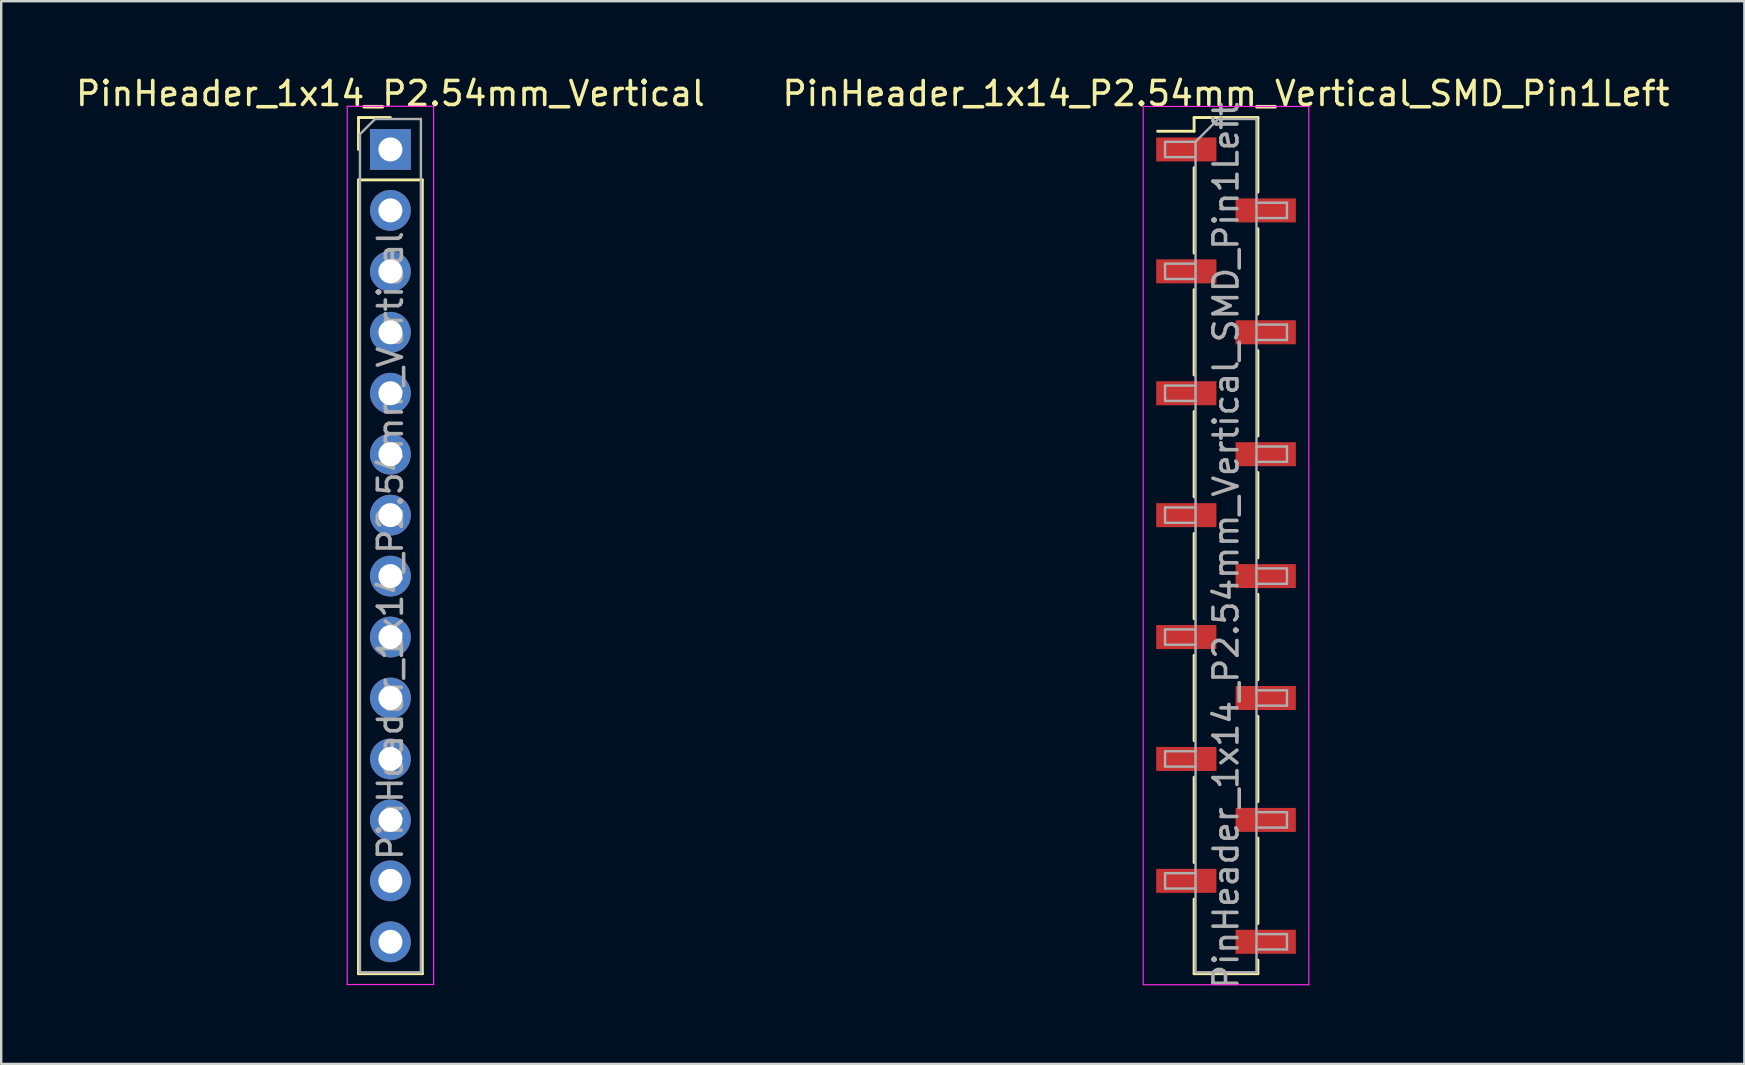
<source format=kicad_pcb>
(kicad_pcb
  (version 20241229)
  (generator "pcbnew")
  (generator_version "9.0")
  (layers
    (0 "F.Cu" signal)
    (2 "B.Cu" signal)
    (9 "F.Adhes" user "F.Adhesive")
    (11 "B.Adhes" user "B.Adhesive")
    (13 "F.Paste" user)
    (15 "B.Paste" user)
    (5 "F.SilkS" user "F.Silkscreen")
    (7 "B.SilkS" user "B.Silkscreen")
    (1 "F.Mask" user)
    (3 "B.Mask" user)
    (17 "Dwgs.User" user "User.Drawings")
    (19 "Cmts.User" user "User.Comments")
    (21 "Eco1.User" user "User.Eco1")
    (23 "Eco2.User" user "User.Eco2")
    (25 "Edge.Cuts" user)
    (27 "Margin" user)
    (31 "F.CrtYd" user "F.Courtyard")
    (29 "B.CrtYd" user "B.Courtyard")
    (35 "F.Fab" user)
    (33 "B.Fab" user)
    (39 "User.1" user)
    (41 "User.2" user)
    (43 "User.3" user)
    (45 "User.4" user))
  (footprint "PinHeader_1x14_P2.54mm_Vertical"
    (layer "F.Cu")
    (at 13.22 3.178)
    (property "Reference" "PinHeader_1x14_P2.54mm_Vertical" (at 0 -2.33 0) (layer "F.SilkS") (effects (font (size 1 1) (thickness 0.15))))
    (attr through_hole)
    (fp_line (start -1.33 -1.33) (end 0 -1.33) (stroke (width 0.12) (type solid)) (layer "F.SilkS"))
    (fp_line (start -1.33 0) (end -1.33 -1.33) (stroke (width 0.12) (type solid)) (layer "F.SilkS"))
    (fp_line (start -1.33 1.27) (end -1.33 34.35) (stroke (width 0.12) (type solid)) (layer "F.SilkS"))
    (fp_line (start -1.33 1.27) (end 1.33 1.27) (stroke (width 0.12) (type solid)) (layer "F.SilkS"))
    (fp_line (start -1.33 34.35) (end 1.33 34.35) (stroke (width 0.12) (type solid)) (layer "F.SilkS"))
    (fp_line (start 1.33 1.27) (end 1.33 34.35) (stroke (width 0.12) (type solid)) (layer "F.SilkS"))
    (fp_line (start -1.8 -1.8) (end -1.8 34.8) (stroke (width 0.05) (type solid)) (layer "F.CrtYd"))
    (fp_line (start -1.8 34.8) (end 1.8 34.8) (stroke (width 0.05) (type solid)) (layer "F.CrtYd"))
    (fp_line (start 1.8 -1.8) (end -1.8 -1.8) (stroke (width 0.05) (type solid)) (layer "F.CrtYd"))
    (fp_line (start 1.8 34.8) (end 1.8 -1.8) (stroke (width 0.05) (type solid)) (layer "F.CrtYd"))
    (fp_line (start -1.27 -0.635) (end -0.635 -1.27) (stroke (width 0.1) (type solid)) (layer "F.Fab"))
    (fp_line (start -1.27 34.29) (end -1.27 -0.635) (stroke (width 0.1) (type solid)) (layer "F.Fab"))
    (fp_line (start -0.635 -1.27) (end 1.27 -1.27) (stroke (width 0.1) (type solid)) (layer "F.Fab"))
    (fp_line (start 1.27 -1.27) (end 1.27 34.29) (stroke (width 0.1) (type solid)) (layer "F.Fab"))
    (fp_line (start 1.27 34.29) (end -1.27 34.29) (stroke (width 0.1) (type solid)) (layer "F.Fab"))
    (fp_text user "${REFERENCE}" (at 0 16.51 90) (layer "F.Fab") (effects (font (size 1 1) (thickness 0.15))))
    (pad "1" thru_hole rect (at 0 0) (size 1.7 1.7) (drill 1) (layers "*.Cu" "*.Mask"))
    (pad "2" thru_hole oval (at 0 2.54) (size 1.7 1.7) (drill 1) (layers "*.Cu" "*.Mask"))
    (pad "3" thru_hole oval (at 0 5.08) (size 1.7 1.7) (drill 1) (layers "*.Cu" "*.Mask"))
    (pad "4" thru_hole oval (at 0 7.62) (size 1.7 1.7) (drill 1) (layers "*.Cu" "*.Mask"))
    (pad "5" thru_hole oval (at 0 10.16) (size 1.7 1.7) (drill 1) (layers "*.Cu" "*.Mask"))
    (pad "6" thru_hole oval (at 0 12.7) (size 1.7 1.7) (drill 1) (layers "*.Cu" "*.Mask"))
    (pad "7" thru_hole oval (at 0 15.24) (size 1.7 1.7) (drill 1) (layers "*.Cu" "*.Mask"))
    (pad "8" thru_hole oval (at 0 17.78) (size 1.7 1.7) (drill 1) (layers "*.Cu" "*.Mask"))
    (pad "9" thru_hole oval (at 0 20.32) (size 1.7 1.7) (drill 1) (layers "*.Cu" "*.Mask"))
    (pad "10" thru_hole oval (at 0 22.86) (size 1.7 1.7) (drill 1) (layers "*.Cu" "*.Mask"))
    (pad "11" thru_hole oval (at 0 25.4) (size 1.7 1.7) (drill 1) (layers "*.Cu" "*.Mask"))
    (pad "12" thru_hole oval (at 0 27.94) (size 1.7 1.7) (drill 1) (layers "*.Cu" "*.Mask"))
    (pad "13" thru_hole oval (at 0 30.48) (size 1.7 1.7) (drill 1) (layers "*.Cu" "*.Mask"))
    (pad "14" thru_hole oval (at 0 33.02) (size 1.7 1.7) (drill 1) (layers "*.Cu" "*.Mask")))
  (footprint "PinHeader_1x14_P2.54mm_Vertical_SMD_Pin1Left"
    (layer "F.Cu")
    (at 48.042 19.688)
    (property "Reference" "PinHeader_1x14_P2.54mm_Vertical_SMD_Pin1Left" (at 0 -18.84 0) (layer "F.SilkS") (effects (font (size 1 1) (thickness 0.15))))
    (attr smd)
    (fp_line (start -1.33 -17.84) (end -1.33 -17.27) (stroke (width 0.12) (type solid)) (layer "F.SilkS"))
    (fp_line (start -1.33 -17.84) (end 1.33 -17.84) (stroke (width 0.12) (type solid)) (layer "F.SilkS"))
    (fp_line (start -1.33 -17.27) (end -2.85 -17.27) (stroke (width 0.12) (type solid)) (layer "F.SilkS"))
    (fp_line (start -1.33 -15.75) (end -1.33 -12.19) (stroke (width 0.12) (type solid)) (layer "F.SilkS"))
    (fp_line (start -1.33 -10.67) (end -1.33 -7.11) (stroke (width 0.12) (type solid)) (layer "F.SilkS"))
    (fp_line (start -1.33 -5.59) (end -1.33 -2.03) (stroke (width 0.12) (type solid)) (layer "F.SilkS"))
    (fp_line (start -1.33 -0.51) (end -1.33 3.05) (stroke (width 0.12) (type solid)) (layer "F.SilkS"))
    (fp_line (start -1.33 4.57) (end -1.33 8.13) (stroke (width 0.12) (type solid)) (layer "F.SilkS"))
    (fp_line (start -1.33 9.65) (end -1.33 13.21) (stroke (width 0.12) (type solid)) (layer "F.SilkS"))
    (fp_line (start -1.33 14.73) (end -1.33 17.84) (stroke (width 0.12) (type solid)) (layer "F.SilkS"))
    (fp_line (start -1.33 17.84) (end 1.33 17.84) (stroke (width 0.12) (type solid)) (layer "F.SilkS"))
    (fp_line (start 1.33 -17.84) (end 1.33 -14.73) (stroke (width 0.12) (type solid)) (layer "F.SilkS"))
    (fp_line (start 1.33 -13.21) (end 1.33 -9.65) (stroke (width 0.12) (type solid)) (layer "F.SilkS"))
    (fp_line (start 1.33 -8.13) (end 1.33 -4.57) (stroke (width 0.12) (type solid)) (layer "F.SilkS"))
    (fp_line (start 1.33 -3.05) (end 1.33 0.51) (stroke (width 0.12) (type solid)) (layer "F.SilkS"))
    (fp_line (start 1.33 2.03) (end 1.33 5.59) (stroke (width 0.12) (type solid)) (layer "F.SilkS"))
    (fp_line (start 1.33 7.11) (end 1.33 10.67) (stroke (width 0.12) (type solid)) (layer "F.SilkS"))
    (fp_line (start 1.33 12.19) (end 1.33 15.75) (stroke (width 0.12) (type solid)) (layer "F.SilkS"))
    (fp_line (start 1.33 17.27) (end 1.33 17.84) (stroke (width 0.12) (type solid)) (layer "F.SilkS"))
    (fp_line (start -3.45 -18.3) (end -3.45 18.3) (stroke (width 0.05) (type solid)) (layer "F.CrtYd"))
    (fp_line (start -3.45 18.3) (end 3.45 18.3) (stroke (width 0.05) (type solid)) (layer "F.CrtYd"))
    (fp_line (start 3.45 -18.3) (end -3.45 -18.3) (stroke (width 0.05) (type solid)) (layer "F.CrtYd"))
    (fp_line (start 3.45 18.3) (end 3.45 -18.3) (stroke (width 0.05) (type solid)) (layer "F.CrtYd"))
    (fp_line (start -2.54 -16.83) (end -2.54 -16.19) (stroke (width 0.1) (type solid)) (layer "F.Fab"))
    (fp_line (start -2.54 -16.19) (end -1.27 -16.19) (stroke (width 0.1) (type solid)) (layer "F.Fab"))
    (fp_line (start -2.54 -11.75) (end -2.54 -11.11) (stroke (width 0.1) (type solid)) (layer "F.Fab"))
    (fp_line (start -2.54 -11.11) (end -1.27 -11.11) (stroke (width 0.1) (type solid)) (layer "F.Fab"))
    (fp_line (start -2.54 -6.67) (end -2.54 -6.03) (stroke (width 0.1) (type solid)) (layer "F.Fab"))
    (fp_line (start -2.54 -6.03) (end -1.27 -6.03) (stroke (width 0.1) (type solid)) (layer "F.Fab"))
    (fp_line (start -2.54 -1.59) (end -2.54 -0.95) (stroke (width 0.1) (type solid)) (layer "F.Fab"))
    (fp_line (start -2.54 -0.95) (end -1.27 -0.95) (stroke (width 0.1) (type solid)) (layer "F.Fab"))
    (fp_line (start -2.54 3.49) (end -2.54 4.13) (stroke (width 0.1) (type solid)) (layer "F.Fab"))
    (fp_line (start -2.54 4.13) (end -1.27 4.13) (stroke (width 0.1) (type solid)) (layer "F.Fab"))
    (fp_line (start -2.54 8.57) (end -2.54 9.21) (stroke (width 0.1) (type solid)) (layer "F.Fab"))
    (fp_line (start -2.54 9.21) (end -1.27 9.21) (stroke (width 0.1) (type solid)) (layer "F.Fab"))
    (fp_line (start -2.54 13.65) (end -2.54 14.29) (stroke (width 0.1) (type solid)) (layer "F.Fab"))
    (fp_line (start -2.54 14.29) (end -1.27 14.29) (stroke (width 0.1) (type solid)) (layer "F.Fab"))
    (fp_line (start -1.27 -16.83) (end -2.54 -16.83) (stroke (width 0.1) (type solid)) (layer "F.Fab"))
    (fp_line (start -1.27 -16.83) (end -0.32 -17.78) (stroke (width 0.1) (type solid)) (layer "F.Fab"))
    (fp_line (start -1.27 -11.75) (end -2.54 -11.75) (stroke (width 0.1) (type solid)) (layer "F.Fab"))
    (fp_line (start -1.27 -6.67) (end -2.54 -6.67) (stroke (width 0.1) (type solid)) (layer "F.Fab"))
    (fp_line (start -1.27 -1.59) (end -2.54 -1.59) (stroke (width 0.1) (type solid)) (layer "F.Fab"))
    (fp_line (start -1.27 3.49) (end -2.54 3.49) (stroke (width 0.1) (type solid)) (layer "F.Fab"))
    (fp_line (start -1.27 8.57) (end -2.54 8.57) (stroke (width 0.1) (type solid)) (layer "F.Fab"))
    (fp_line (start -1.27 13.65) (end -2.54 13.65) (stroke (width 0.1) (type solid)) (layer "F.Fab"))
    (fp_line (start -1.27 17.78) (end -1.27 -16.83) (stroke (width 0.1) (type solid)) (layer "F.Fab"))
    (fp_line (start -0.32 -17.78) (end 1.27 -17.78) (stroke (width 0.1) (type solid)) (layer "F.Fab"))
    (fp_line (start 1.27 -17.78) (end 1.27 17.78) (stroke (width 0.1) (type solid)) (layer "F.Fab"))
    (fp_line (start 1.27 -14.29) (end 2.54 -14.29) (stroke (width 0.1) (type solid)) (layer "F.Fab"))
    (fp_line (start 1.27 -9.21) (end 2.54 -9.21) (stroke (width 0.1) (type solid)) (layer "F.Fab"))
    (fp_line (start 1.27 -4.13) (end 2.54 -4.13) (stroke (width 0.1) (type solid)) (layer "F.Fab"))
    (fp_line (start 1.27 0.95) (end 2.54 0.95) (stroke (width 0.1) (type solid)) (layer "F.Fab"))
    (fp_line (start 1.27 6.03) (end 2.54 6.03) (stroke (width 0.1) (type solid)) (layer "F.Fab"))
    (fp_line (start 1.27 11.11) (end 2.54 11.11) (stroke (width 0.1) (type solid)) (layer "F.Fab"))
    (fp_line (start 1.27 16.19) (end 2.54 16.19) (stroke (width 0.1) (type solid)) (layer "F.Fab"))
    (fp_line (start 1.27 17.78) (end -1.27 17.78) (stroke (width 0.1) (type solid)) (layer "F.Fab"))
    (fp_line (start 2.54 -14.29) (end 2.54 -13.65) (stroke (width 0.1) (type solid)) (layer "F.Fab"))
    (fp_line (start 2.54 -13.65) (end 1.27 -13.65) (stroke (width 0.1) (type solid)) (layer "F.Fab"))
    (fp_line (start 2.54 -9.21) (end 2.54 -8.57) (stroke (width 0.1) (type solid)) (layer "F.Fab"))
    (fp_line (start 2.54 -8.57) (end 1.27 -8.57) (stroke (width 0.1) (type solid)) (layer "F.Fab"))
    (fp_line (start 2.54 -4.13) (end 2.54 -3.49) (stroke (width 0.1) (type solid)) (layer "F.Fab"))
    (fp_line (start 2.54 -3.49) (end 1.27 -3.49) (stroke (width 0.1) (type solid)) (layer "F.Fab"))
    (fp_line (start 2.54 0.95) (end 2.54 1.59) (stroke (width 0.1) (type solid)) (layer "F.Fab"))
    (fp_line (start 2.54 1.59) (end 1.27 1.59) (stroke (width 0.1) (type solid)) (layer "F.Fab"))
    (fp_line (start 2.54 6.03) (end 2.54 6.67) (stroke (width 0.1) (type solid)) (layer "F.Fab"))
    (fp_line (start 2.54 6.67) (end 1.27 6.67) (stroke (width 0.1) (type solid)) (layer "F.Fab"))
    (fp_line (start 2.54 11.11) (end 2.54 11.75) (stroke (width 0.1) (type solid)) (layer "F.Fab"))
    (fp_line (start 2.54 11.75) (end 1.27 11.75) (stroke (width 0.1) (type solid)) (layer "F.Fab"))
    (fp_line (start 2.54 16.19) (end 2.54 16.83) (stroke (width 0.1) (type solid)) (layer "F.Fab"))
    (fp_line (start 2.54 16.83) (end 1.27 16.83) (stroke (width 0.1) (type solid)) (layer "F.Fab"))
    (fp_text user "${REFERENCE}" (at 0 0 90) (layer "F.Fab") (effects (font (size 1 1) (thickness 0.15))))
    (pad "1" smd rect (at -1.655 -16.51) (size 2.51 1) (layers "F.Cu" "F.Mask" "F.Paste"))
    (pad "2" smd rect (at 1.655 -13.97) (size 2.51 1) (layers "F.Cu" "F.Mask" "F.Paste"))
    (pad "3" smd rect (at -1.655 -11.43) (size 2.51 1) (layers "F.Cu" "F.Mask" "F.Paste"))
    (pad "4" smd rect (at 1.655 -8.89) (size 2.51 1) (layers "F.Cu" "F.Mask" "F.Paste"))
    (pad "5" smd rect (at -1.655 -6.35) (size 2.51 1) (layers "F.Cu" "F.Mask" "F.Paste"))
    (pad "6" smd rect (at 1.655 -3.81) (size 2.51 1) (layers "F.Cu" "F.Mask" "F.Paste"))
    (pad "7" smd rect (at -1.655 -1.27) (size 2.51 1) (layers "F.Cu" "F.Mask" "F.Paste"))
    (pad "8" smd rect (at 1.655 1.27) (size 2.51 1) (layers "F.Cu" "F.Mask" "F.Paste"))
    (pad "9" smd rect (at -1.655 3.81) (size 2.51 1) (layers "F.Cu" "F.Mask" "F.Paste"))
    (pad "10" smd rect (at 1.655 6.35) (size 2.51 1) (layers "F.Cu" "F.Mask" "F.Paste"))
    (pad "11" smd rect (at -1.655 8.89) (size 2.51 1) (layers "F.Cu" "F.Mask" "F.Paste"))
    (pad "12" smd rect (at 1.655 11.43) (size 2.51 1) (layers "F.Cu" "F.Mask" "F.Paste"))
    (pad "13" smd rect (at -1.655 13.97) (size 2.51 1) (layers "F.Cu" "F.Mask" "F.Paste"))
    (pad "14" smd rect (at 1.655 16.51) (size 2.51 1) (layers "F.Cu" "F.Mask" "F.Paste")))
  (gr_rect
    (start -3 -3)
    (end 69.643 41.289)
    (stroke (width 0.1) (type default))
    (fill no)
    (layer "Edge.Cuts")))
</source>
